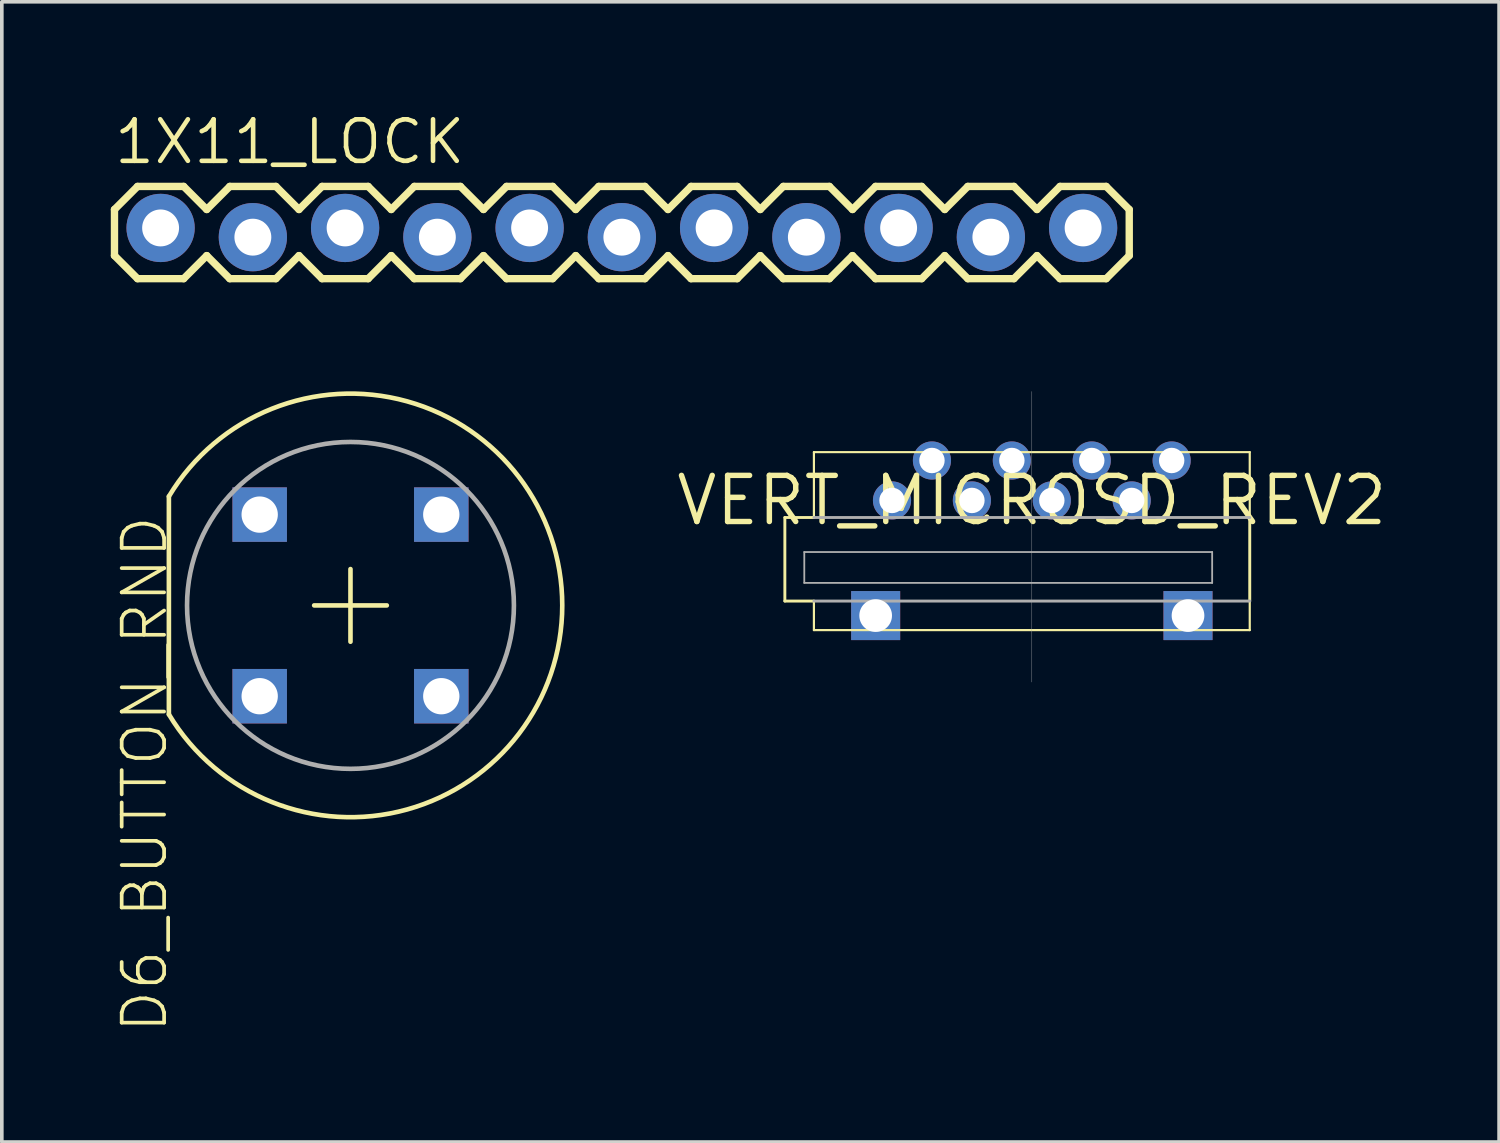
<source format=kicad_pcb>
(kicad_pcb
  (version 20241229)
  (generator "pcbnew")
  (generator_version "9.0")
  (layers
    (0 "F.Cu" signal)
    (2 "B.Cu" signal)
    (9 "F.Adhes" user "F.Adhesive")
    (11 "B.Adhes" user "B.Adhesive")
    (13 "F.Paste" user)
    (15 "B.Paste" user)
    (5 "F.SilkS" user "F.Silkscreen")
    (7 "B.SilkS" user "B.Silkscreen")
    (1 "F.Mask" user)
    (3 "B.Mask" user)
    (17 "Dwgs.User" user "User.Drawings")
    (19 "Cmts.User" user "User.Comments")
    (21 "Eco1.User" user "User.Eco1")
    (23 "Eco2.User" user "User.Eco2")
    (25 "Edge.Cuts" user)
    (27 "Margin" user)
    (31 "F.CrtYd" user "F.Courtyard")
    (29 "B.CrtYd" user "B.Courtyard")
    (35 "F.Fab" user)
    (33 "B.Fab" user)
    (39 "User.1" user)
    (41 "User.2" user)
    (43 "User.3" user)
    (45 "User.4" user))
  (footprint "1X11_LOCK"
    (layer "F.Cu")
    (at 1.372 3.353)
    (property "Reference" "1X11_LOCK" (at -1.346 -1.829 0) (unlocked yes) (layer "F.SilkS") (effects (font (size 1.143 1.143) (thickness 0.127)) (justify left bottom)))
    (fp_line (start -1.27 -0.635) (end -1.27 0.635) (stroke (width 0.203) (type solid)) (layer "F.SilkS"))
    (fp_line (start -1.27 0.635) (end -0.635 1.27) (stroke (width 0.203) (type solid)) (layer "F.SilkS"))
    (fp_line (start -0.635 -1.27) (end -1.27 -0.635) (stroke (width 0.203) (type solid)) (layer "F.SilkS"))
    (fp_line (start -0.635 -1.27) (end 0.635 -1.27) (stroke (width 0.203) (type solid)) (layer "F.SilkS"))
    (fp_line (start 0.635 -1.27) (end 1.27 -0.635) (stroke (width 0.203) (type solid)) (layer "F.SilkS"))
    (fp_line (start 0.635 1.27) (end -0.635 1.27) (stroke (width 0.203) (type solid)) (layer "F.SilkS"))
    (fp_line (start 1.27 -0.635) (end 1.905 -1.27) (stroke (width 0.203) (type solid)) (layer "F.SilkS"))
    (fp_line (start 1.27 0.635) (end 0.635 1.27) (stroke (width 0.203) (type solid)) (layer "F.SilkS"))
    (fp_line (start 1.905 -1.27) (end 3.175 -1.27) (stroke (width 0.203) (type solid)) (layer "F.SilkS"))
    (fp_line (start 1.905 1.27) (end 1.27 0.635) (stroke (width 0.203) (type solid)) (layer "F.SilkS"))
    (fp_line (start 3.175 -1.27) (end 3.81 -0.635) (stroke (width 0.203) (type solid)) (layer "F.SilkS"))
    (fp_line (start 3.175 1.27) (end 1.905 1.27) (stroke (width 0.203) (type solid)) (layer "F.SilkS"))
    (fp_line (start 3.81 -0.635) (end 4.445 -1.27) (stroke (width 0.203) (type solid)) (layer "F.SilkS"))
    (fp_line (start 3.81 0.635) (end 3.175 1.27) (stroke (width 0.203) (type solid)) (layer "F.SilkS"))
    (fp_line (start 4.445 -1.27) (end 5.715 -1.27) (stroke (width 0.203) (type solid)) (layer "F.SilkS"))
    (fp_line (start 4.445 1.27) (end 3.81 0.635) (stroke (width 0.203) (type solid)) (layer "F.SilkS"))
    (fp_line (start 5.715 -1.27) (end 6.35 -0.635) (stroke (width 0.203) (type solid)) (layer "F.SilkS"))
    (fp_line (start 5.715 1.27) (end 4.445 1.27) (stroke (width 0.203) (type solid)) (layer "F.SilkS"))
    (fp_line (start 6.35 0.635) (end 5.715 1.27) (stroke (width 0.203) (type solid)) (layer "F.SilkS"))
    (fp_line (start 6.35 0.635) (end 6.985 1.27) (stroke (width 0.203) (type solid)) (layer "F.SilkS"))
    (fp_line (start 6.985 -1.27) (end 6.35 -0.635) (stroke (width 0.203) (type solid)) (layer "F.SilkS"))
    (fp_line (start 6.985 -1.27) (end 8.255 -1.27) (stroke (width 0.203) (type solid)) (layer "F.SilkS"))
    (fp_line (start 8.255 -1.27) (end 8.89 -0.635) (stroke (width 0.203) (type solid)) (layer "F.SilkS"))
    (fp_line (start 8.255 1.27) (end 6.985 1.27) (stroke (width 0.203) (type solid)) (layer "F.SilkS"))
    (fp_line (start 8.89 -0.635) (end 9.525 -1.27) (stroke (width 0.203) (type solid)) (layer "F.SilkS"))
    (fp_line (start 8.89 0.635) (end 8.255 1.27) (stroke (width 0.203) (type solid)) (layer "F.SilkS"))
    (fp_line (start 9.525 -1.27) (end 10.795 -1.27) (stroke (width 0.203) (type solid)) (layer "F.SilkS"))
    (fp_line (start 9.525 1.27) (end 8.89 0.635) (stroke (width 0.203) (type solid)) (layer "F.SilkS"))
    (fp_line (start 10.795 -1.27) (end 11.43 -0.635) (stroke (width 0.203) (type solid)) (layer "F.SilkS"))
    (fp_line (start 10.795 1.27) (end 9.525 1.27) (stroke (width 0.203) (type solid)) (layer "F.SilkS"))
    (fp_line (start 11.43 -0.635) (end 12.065 -1.27) (stroke (width 0.203) (type solid)) (layer "F.SilkS"))
    (fp_line (start 11.43 0.635) (end 10.795 1.27) (stroke (width 0.203) (type solid)) (layer "F.SilkS"))
    (fp_line (start 12.065 -1.27) (end 13.335 -1.27) (stroke (width 0.203) (type solid)) (layer "F.SilkS"))
    (fp_line (start 12.065 1.27) (end 11.43 0.635) (stroke (width 0.203) (type solid)) (layer "F.SilkS"))
    (fp_line (start 13.335 -1.27) (end 13.97 -0.635) (stroke (width 0.203) (type solid)) (layer "F.SilkS"))
    (fp_line (start 13.335 1.27) (end 12.065 1.27) (stroke (width 0.203) (type solid)) (layer "F.SilkS"))
    (fp_line (start 13.97 0.635) (end 13.335 1.27) (stroke (width 0.203) (type solid)) (layer "F.SilkS"))
    (fp_line (start 13.97 0.635) (end 14.605 1.27) (stroke (width 0.203) (type solid)) (layer "F.SilkS"))
    (fp_line (start 14.605 -1.27) (end 13.97 -0.635) (stroke (width 0.203) (type solid)) (layer "F.SilkS"))
    (fp_line (start 14.605 -1.27) (end 15.875 -1.27) (stroke (width 0.203) (type solid)) (layer "F.SilkS"))
    (fp_line (start 15.875 -1.27) (end 16.51 -0.635) (stroke (width 0.203) (type solid)) (layer "F.SilkS"))
    (fp_line (start 15.875 1.27) (end 14.605 1.27) (stroke (width 0.203) (type solid)) (layer "F.SilkS"))
    (fp_line (start 16.51 0.635) (end 15.875 1.27) (stroke (width 0.203) (type solid)) (layer "F.SilkS"))
    (fp_line (start 16.51 0.635) (end 17.145 1.27) (stroke (width 0.203) (type solid)) (layer "F.SilkS"))
    (fp_line (start 17.145 -1.27) (end 16.51 -0.635) (stroke (width 0.203) (type solid)) (layer "F.SilkS"))
    (fp_line (start 17.145 -1.27) (end 18.415 -1.27) (stroke (width 0.203) (type solid)) (layer "F.SilkS"))
    (fp_line (start 18.415 -1.27) (end 19.05 -0.635) (stroke (width 0.203) (type solid)) (layer "F.SilkS"))
    (fp_line (start 18.415 1.27) (end 17.145 1.27) (stroke (width 0.203) (type solid)) (layer "F.SilkS"))
    (fp_line (start 19.05 0.635) (end 18.415 1.27) (stroke (width 0.203) (type solid)) (layer "F.SilkS"))
    (fp_line (start 19.05 0.635) (end 19.685 1.27) (stroke (width 0.203) (type solid)) (layer "F.SilkS"))
    (fp_line (start 19.685 -1.27) (end 19.05 -0.635) (stroke (width 0.203) (type solid)) (layer "F.SilkS"))
    (fp_line (start 19.685 -1.27) (end 20.955 -1.27) (stroke (width 0.203) (type solid)) (layer "F.SilkS"))
    (fp_line (start 20.955 -1.27) (end 21.59 -0.635) (stroke (width 0.203) (type solid)) (layer "F.SilkS"))
    (fp_line (start 20.955 1.27) (end 19.685 1.27) (stroke (width 0.203) (type solid)) (layer "F.SilkS"))
    (fp_line (start 21.59 0.635) (end 20.955 1.27) (stroke (width 0.203) (type solid)) (layer "F.SilkS"))
    (fp_line (start 21.59 0.635) (end 22.225 1.27) (stroke (width 0.203) (type solid)) (layer "F.SilkS"))
    (fp_line (start 22.225 -1.27) (end 21.59 -0.635) (stroke (width 0.203) (type solid)) (layer "F.SilkS"))
    (fp_line (start 22.225 -1.27) (end 23.495 -1.27) (stroke (width 0.203) (type solid)) (layer "F.SilkS"))
    (fp_line (start 23.495 -1.27) (end 24.13 -0.635) (stroke (width 0.203) (type solid)) (layer "F.SilkS"))
    (fp_line (start 23.495 1.27) (end 22.225 1.27) (stroke (width 0.203) (type solid)) (layer "F.SilkS"))
    (fp_line (start 24.13 0.635) (end 23.495 1.27) (stroke (width 0.203) (type solid)) (layer "F.SilkS"))
    (fp_line (start 24.13 0.635) (end 24.765 1.27) (stroke (width 0.203) (type solid)) (layer "F.SilkS"))
    (fp_line (start 24.765 -1.27) (end 24.13 -0.635) (stroke (width 0.203) (type solid)) (layer "F.SilkS"))
    (fp_line (start 24.765 -1.27) (end 26.035 -1.27) (stroke (width 0.203) (type solid)) (layer "F.SilkS"))
    (fp_line (start 26.035 -1.27) (end 26.67 -0.635) (stroke (width 0.203) (type solid)) (layer "F.SilkS"))
    (fp_line (start 26.035 1.27) (end 24.765 1.27) (stroke (width 0.203) (type solid)) (layer "F.SilkS"))
    (fp_line (start 26.67 -0.635) (end 26.67 0.635) (stroke (width 0.203) (type solid)) (layer "F.SilkS"))
    (fp_line (start 26.67 0.635) (end 26.035 1.27) (stroke (width 0.203) (type solid)) (layer "F.SilkS"))
    (fp_poly (pts (xy -0.254 0.254) (xy 0.254 0.254) (xy 0.254 -0.254) (xy -0.254 -0.254)) (stroke (width 0.1) (type default)) (fill no) (layer "F.Fab"))
    (fp_poly (pts (xy 2.286 0.254) (xy 2.794 0.254) (xy 2.794 -0.254) (xy 2.286 -0.254)) (stroke (width 0.1) (type default)) (fill no) (layer "F.Fab"))
    (fp_poly (pts (xy 4.826 0.254) (xy 5.334 0.254) (xy 5.334 -0.254) (xy 4.826 -0.254)) (stroke (width 0.1) (type default)) (fill no) (layer "F.Fab"))
    (fp_poly (pts (xy 7.366 0.254) (xy 7.874 0.254) (xy 7.874 -0.254) (xy 7.366 -0.254)) (stroke (width 0.1) (type default)) (fill no) (layer "F.Fab"))
    (fp_poly (pts (xy 9.906 0.254) (xy 10.414 0.254) (xy 10.414 -0.254) (xy 9.906 -0.254)) (stroke (width 0.1) (type default)) (fill no) (layer "F.Fab"))
    (fp_poly (pts (xy 12.446 0.254) (xy 12.954 0.254) (xy 12.954 -0.254) (xy 12.446 -0.254)) (stroke (width 0.1) (type default)) (fill no) (layer "F.Fab"))
    (fp_poly (pts (xy 14.986 0.254) (xy 15.494 0.254) (xy 15.494 -0.254) (xy 14.986 -0.254)) (stroke (width 0.1) (type default)) (fill no) (layer "F.Fab"))
    (fp_poly (pts (xy 17.526 0.254) (xy 18.034 0.254) (xy 18.034 -0.254) (xy 17.526 -0.254)) (stroke (width 0.1) (type default)) (fill no) (layer "F.Fab"))
    (fp_poly (pts (xy 20.066 0.254) (xy 20.574 0.254) (xy 20.574 -0.254) (xy 20.066 -0.254)) (stroke (width 0.1) (type default)) (fill no) (layer "F.Fab"))
    (fp_poly (pts (xy 22.606 0.254) (xy 23.114 0.254) (xy 23.114 -0.254) (xy 22.606 -0.254)) (stroke (width 0.1) (type default)) (fill no) (layer "F.Fab"))
    (fp_poly (pts (xy 25.146 0.254) (xy 25.654 0.254) (xy 25.654 -0.254) (xy 25.146 -0.254)) (stroke (width 0.1) (type default)) (fill no) (layer "F.Fab"))
    (pad "1" thru_hole circle (at 0 -0.127 90) (size 1.88 1.88) (drill 1.016) (layers "*.Cu" "*.Mask"))
    (pad "2" thru_hole circle (at 2.54 0.127 90) (size 1.88 1.88) (drill 1.016) (layers "*.Cu" "*.Mask"))
    (pad "3" thru_hole circle (at 5.08 -0.127 90) (size 1.88 1.88) (drill 1.016) (layers "*.Cu" "*.Mask"))
    (pad "4" thru_hole circle (at 7.62 0.127 90) (size 1.88 1.88) (drill 1.016) (layers "*.Cu" "*.Mask"))
    (pad "5" thru_hole circle (at 10.16 -0.127 90) (size 1.88 1.88) (drill 1.016) (layers "*.Cu" "*.Mask"))
    (pad "6" thru_hole circle (at 12.7 0.127 90) (size 1.88 1.88) (drill 1.016) (layers "*.Cu" "*.Mask"))
    (pad "7" thru_hole circle (at 15.24 -0.127 90) (size 1.88 1.88) (drill 1.016) (layers "*.Cu" "*.Mask"))
    (pad "8" thru_hole circle (at 17.78 0.127 90) (size 1.88 1.88) (drill 1.016) (layers "*.Cu" "*.Mask"))
    (pad "9" thru_hole circle (at 20.32 -0.127 90) (size 1.88 1.88) (drill 1.016) (layers "*.Cu" "*.Mask"))
    (pad "10" thru_hole circle (at 22.86 0.127 90) (size 1.88 1.88) (drill 1.016) (layers "*.Cu" "*.Mask"))
    (pad "11" thru_hole circle (at 25.4 -0.127 90) (size 1.88 1.88) (drill 1.016) (layers "*.Cu" "*.Mask")))
  (footprint "VERT_MICROSD_REV2"
    (layer "F.Cu")
    (at 25.36 10.729)
    (property "Reference" "VERT_MICROSD_REV2" (at 0 0 0) (layer "F.SilkS") (effects (font (size 1.27 1.27) (thickness 0.15))))
    (fp_line (start -6.8 0.47) (end -6 0.47) (stroke (width 0.08) (type solid)) (layer "F.SilkS"))
    (fp_line (start -6.8 2.77) (end -6.8 0.47) (stroke (width 0.08) (type solid)) (layer "F.SilkS"))
    (fp_line (start -6 -1.33) (end 6 -1.33) (stroke (width 0.06) (type solid)) (layer "F.SilkS"))
    (fp_line (start -6 0.47) (end -6 -1.33) (stroke (width 0.06) (type solid)) (layer "F.SilkS"))
    (fp_line (start -6 2.77) (end -6.8 2.77) (stroke (width 0.08) (type solid)) (layer "F.SilkS"))
    (fp_line (start -6 2.77) (end -6 3.57) (stroke (width 0.06) (type solid)) (layer "F.SilkS"))
    (fp_line (start -6 3.57) (end 6 3.57) (stroke (width 0.06) (type solid)) (layer "F.SilkS"))
    (fp_line (start 6 -1.33) (end 6 0.47) (stroke (width 0.06) (type solid)) (layer "F.SilkS"))
    (fp_line (start 6 0.47) (end 6 2.77) (stroke (width 0.08) (type solid)) (layer "F.SilkS"))
    (fp_line (start 6 3.57) (end 6 2.77) (stroke (width 0.06) (type solid)) (layer "F.SilkS"))
    (fp_line (start -6.265 1.42) (end 4.965 1.42) (stroke (width 0.05) (type solid)) (layer "F.Fab"))
    (fp_line (start -6.265 2.27) (end -6.265 1.42) (stroke (width 0.05) (type solid)) (layer "F.Fab"))
    (fp_line (start -6 0.47) (end 6 0.47) (stroke (width 0.08) (type solid)) (layer "F.Fab"))
    (fp_line (start 0 5) (end 0 -3) (stroke (width 0.01) (type solid)) (layer "F.Fab"))
    (fp_line (start 4.965 1.42) (end 4.965 2.27) (stroke (width 0.05) (type solid)) (layer "F.Fab"))
    (fp_line (start 4.965 2.27) (end -6.265 2.27) (stroke (width 0.05) (type solid)) (layer "F.Fab"))
    (fp_line (start 6 2.77) (end -6 2.77) (stroke (width 0.08) (type solid)) (layer "F.Fab"))
    (pad "GND1" thru_hole rect (at -4.3 3.17) (size 1.35 1.35) (drill 0.9) (layers "*.Cu" "*.Mask"))
    (pad "GND2" thru_hole rect (at 4.3 3.17) (size 1.35 1.35) (drill 0.9) (layers "*.Cu" "*.Mask"))
    (pad "P$1" thru_hole circle (at -3.85 0) (size 1.05 1.05) (drill 0.7) (layers "*.Cu" "*.Mask"))
    (pad "P$2" thru_hole circle (at -2.75 -1.1) (size 1.05 1.05) (drill 0.7) (layers "*.Cu" "*.Mask"))
    (pad "P$3" thru_hole circle (at -1.65 0) (size 1.05 1.05) (drill 0.7) (layers "*.Cu" "*.Mask"))
    (pad "P$4" thru_hole circle (at -0.55 -1.1) (size 1.05 1.05) (drill 0.7) (layers "*.Cu" "*.Mask"))
    (pad "P$5" thru_hole circle (at 0.55 0) (size 1.05 1.05) (drill 0.7) (layers "*.Cu" "*.Mask"))
    (pad "P$6" thru_hole circle (at 1.65 -1.1) (size 1.05 1.05) (drill 0.7) (layers "*.Cu" "*.Mask"))
    (pad "P$7" thru_hole circle (at 2.75 0) (size 1.05 1.05) (drill 0.7) (layers "*.Cu" "*.Mask"))
    (pad "P$8" thru_hole circle (at 3.85 -1.1) (size 1.05 1.05) (drill 0.7) (layers "*.Cu" "*.Mask")))
  (footprint "D6_BUTTON_RND"
    (layer "F.Cu")
    (at 6.6 13.619)
    (property "Reference" "D6_BUTTON_RND" (at -6.35 -2.54 90) (unlocked yes) (layer "F.SilkS") (effects (font (size 1.168 1.168) (thickness 0.102)) (justify right top)))
    (fp_line (start -5 -3) (end -5 3) (stroke (width 0.127) (type solid)) (layer "F.SilkS"))
    (fp_line (start -1 0) (end 1 0) (stroke (width 0.127) (type solid)) (layer "F.SilkS"))
    (fp_line (start 0 -1) (end 0 1) (stroke (width 0.127) (type solid)) (layer "F.SilkS"))
    (fp_arc (start -5 -3) (mid 5.830952 0) (end -5 3) (stroke (width 0.127) (type solid)) (layer "F.SilkS"))
    (fp_circle (center 0 0) (end 4.5 0) (stroke (width 0.127) (type solid)) (fill no) (layer "F.Fab"))
    (pad "P$1" thru_hole rect (at -2.5 -2.5) (size 1.5 1.5) (drill 1) (layers "*.Cu" "*.Mask"))
    (pad "P$2" thru_hole rect (at 2.5 -2.5) (size 1.5 1.5) (drill 1) (layers "*.Cu" "*.Mask"))
    (pad "P$3" thru_hole rect (at 2.5 2.5) (size 1.5 1.5) (drill 1) (layers "*.Cu" "*.Mask"))
    (pad "P$4" thru_hole rect (at -2.5 2.5) (size 1.5 1.5) (drill 1) (layers "*.Cu" "*.Mask")))
  (gr_rect
    (start -3 -3)
    (end 38.225 28.393)
    (stroke (width 0.1) (type default))
    (fill no)
    (layer "Edge.Cuts")))
</source>
